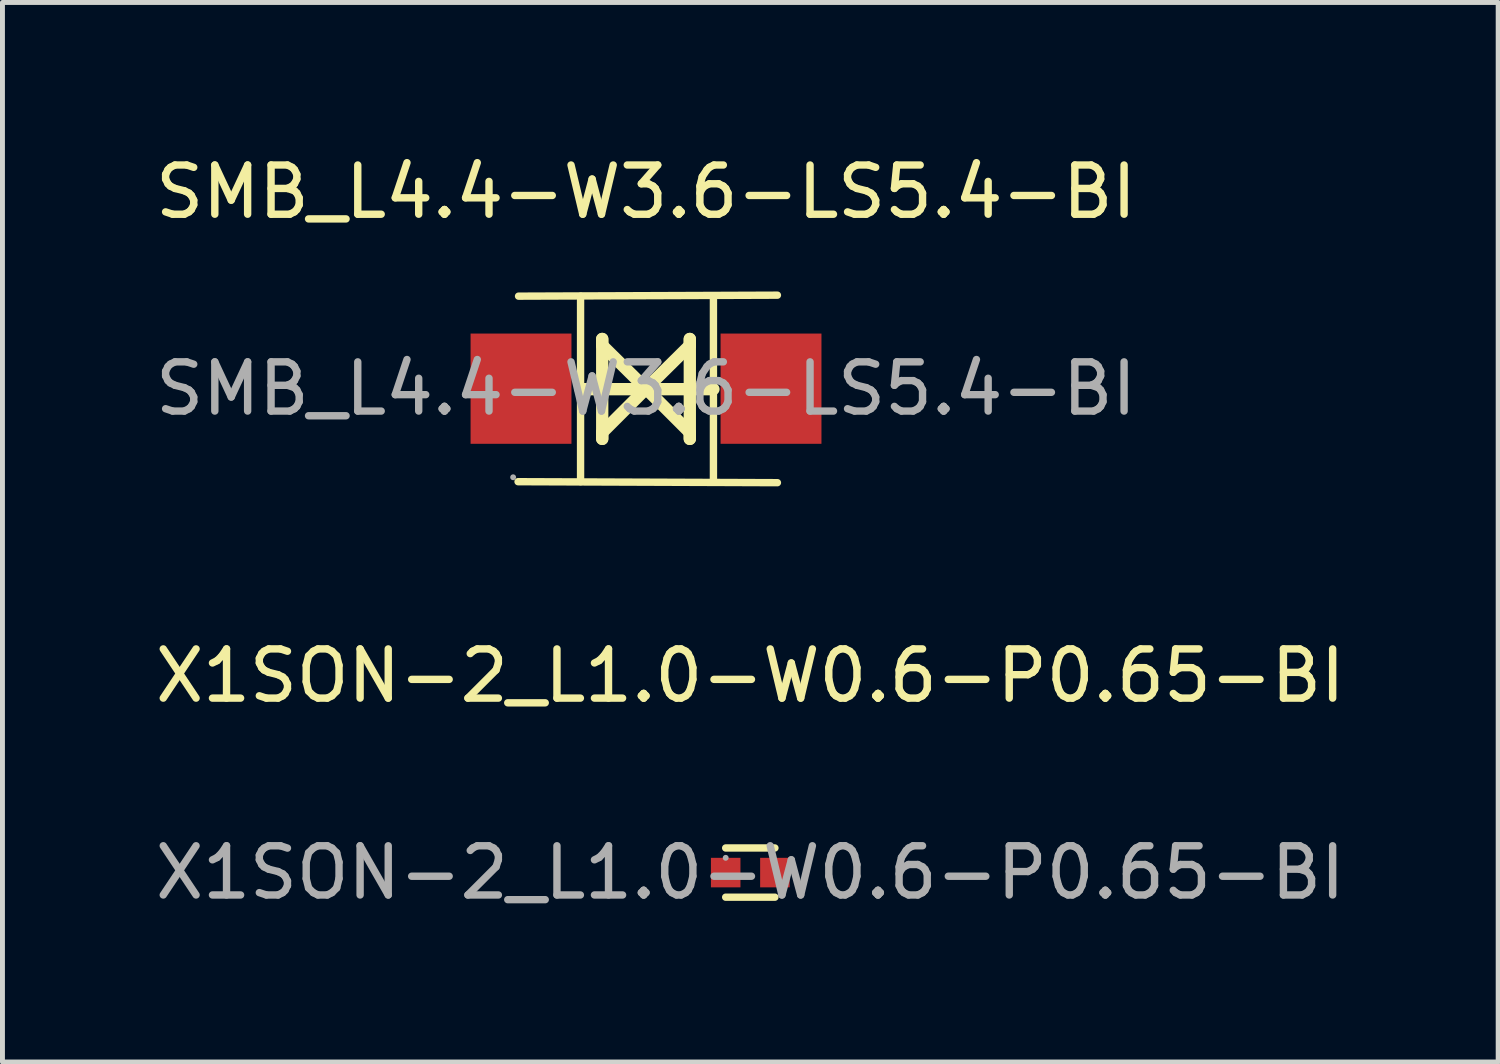
<source format=kicad_pcb>
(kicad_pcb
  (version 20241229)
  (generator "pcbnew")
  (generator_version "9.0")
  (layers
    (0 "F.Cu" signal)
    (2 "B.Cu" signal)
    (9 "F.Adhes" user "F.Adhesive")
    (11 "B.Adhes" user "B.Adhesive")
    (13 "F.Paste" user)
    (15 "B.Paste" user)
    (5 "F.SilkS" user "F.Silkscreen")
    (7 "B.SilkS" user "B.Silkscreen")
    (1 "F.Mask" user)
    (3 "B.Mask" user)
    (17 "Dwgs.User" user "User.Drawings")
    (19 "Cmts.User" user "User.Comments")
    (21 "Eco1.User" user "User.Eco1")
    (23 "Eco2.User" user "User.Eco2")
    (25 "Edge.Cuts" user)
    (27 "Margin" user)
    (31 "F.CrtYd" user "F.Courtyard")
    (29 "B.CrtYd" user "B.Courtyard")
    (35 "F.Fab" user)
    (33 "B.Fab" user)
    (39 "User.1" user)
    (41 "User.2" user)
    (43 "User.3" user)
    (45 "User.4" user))
  (footprint "SMB_L4.4-W3.6-LS5.4-BI"
    (layer "F.Cu")
    (at 10.077 4.848)
    (property "Reference" "SMB_L4.4-W3.6-LS5.4-BI" (at 0 -4 0) (layer "F.SilkS") (effects (font (size 1 1) (thickness 0.15))))
    (attr through_hole)
    (fp_line (start -1.33 0.01) (end 1.37 0.01) (stroke (width 0.25) (type solid)) (layer "F.SilkS"))
    (fp_line (start -1.33 1.89) (end -1.33 -1.88) (stroke (width 0.15) (type solid)) (layer "F.SilkS"))
    (fp_line (start -0.89 -1.01) (end -0.89 1.02) (stroke (width 0.25) (type solid)) (layer "F.SilkS"))
    (fp_line (start -0.89 -0.88) (end -0.89 -1.01) (stroke (width 0.25) (type solid)) (layer "F.SilkS"))
    (fp_line (start -0.89 0.89) (end 0 0) (stroke (width 0.25) (type solid)) (layer "F.SilkS"))
    (fp_line (start -0.89 1.02) (end -0.89 0.89) (stroke (width 0.25) (type solid)) (layer "F.SilkS"))
    (fp_line (start 0 0) (end -0.89 -0.88) (stroke (width 0.25) (type solid)) (layer "F.SilkS"))
    (fp_line (start 0 0) (end 0.89 0.89) (stroke (width 0.25) (type solid)) (layer "F.SilkS"))
    (fp_line (start 0.89 -1.01) (end 0.89 -0.88) (stroke (width 0.25) (type solid)) (layer "F.SilkS"))
    (fp_line (start 0.89 -0.88) (end 0 0) (stroke (width 0.25) (type solid)) (layer "F.SilkS"))
    (fp_line (start 0.89 0.89) (end 0.89 1.02) (stroke (width 0.25) (type solid)) (layer "F.SilkS"))
    (fp_line (start 0.89 1.02) (end 0.89 -1.01) (stroke (width 0.25) (type solid)) (layer "F.SilkS"))
    (fp_line (start 1.37 1.89) (end 1.37 -1.88) (stroke (width 0.15) (type solid)) (layer "F.SilkS"))
    (fp_line (start 2.67 -1.9) (end -2.59 -1.88) (stroke (width 0.15) (type solid)) (layer "F.SilkS"))
    (fp_line (start 2.67 1.91) (end -2.6 1.89) (stroke (width 0.15) (type solid)) (layer "F.SilkS"))
    (fp_circle (center -2.7 1.8) (end -2.67 1.8) (stroke (width 0.06) (type solid)) (fill no) (layer "F.Fab"))
    (fp_text user "${REFERENCE}" (at 0 0 0) (layer "F.Fab") (effects (font (size 1 1) (thickness 0.15))))
    (pad "1" smd rect (at -2.54 0) (size 2.05 2.24) (layers "F.Cu" "F.Mask" "F.Paste"))
    (pad "2" smd rect (at 2.54 0) (size 2.05 2.24) (layers "F.Cu" "F.Mask" "F.Paste")))
  (footprint "X1SON-2_L1.0-W0.6-P0.65-BI"
    (layer "F.Cu")
    (at 12.196 14.681)
    (property "Reference" "X1SON-2_L1.0-W0.6-P0.65-BI" (at 0 -4 0) (layer "F.SilkS") (effects (font (size 1 1) (thickness 0.15))))
    (attr through_hole)
    (fp_line (start -0.5 -0.5) (end 0.5 -0.5) (stroke (width 0.15) (type solid)) (layer "F.SilkS"))
    (fp_line (start -0.5 0.5) (end 0.5 0.5) (stroke (width 0.15) (type solid)) (layer "F.SilkS"))
    (fp_circle (center -0.5 -0.3) (end -0.47 -0.3) (stroke (width 0.06) (type solid)) (fill no) (layer "F.Fab"))
    (fp_text user "${REFERENCE}" (at 0 0 0) (layer "F.Fab") (effects (font (size 1 1) (thickness 0.15))))
    (pad "1" smd rect (at -0.5 0) (size 0.6 0.6) (layers "F.Cu" "F.Mask" "F.Paste"))
    (pad "2" smd rect (at 0.5 0) (size 0.6 0.6) (layers "F.Cu" "F.Mask" "F.Paste")))
  (gr_rect
    (start -3 -3)
    (end 27.393 18.53)
    (stroke (width 0.1) (type default))
    (fill no)
    (layer "Edge.Cuts")))
</source>
